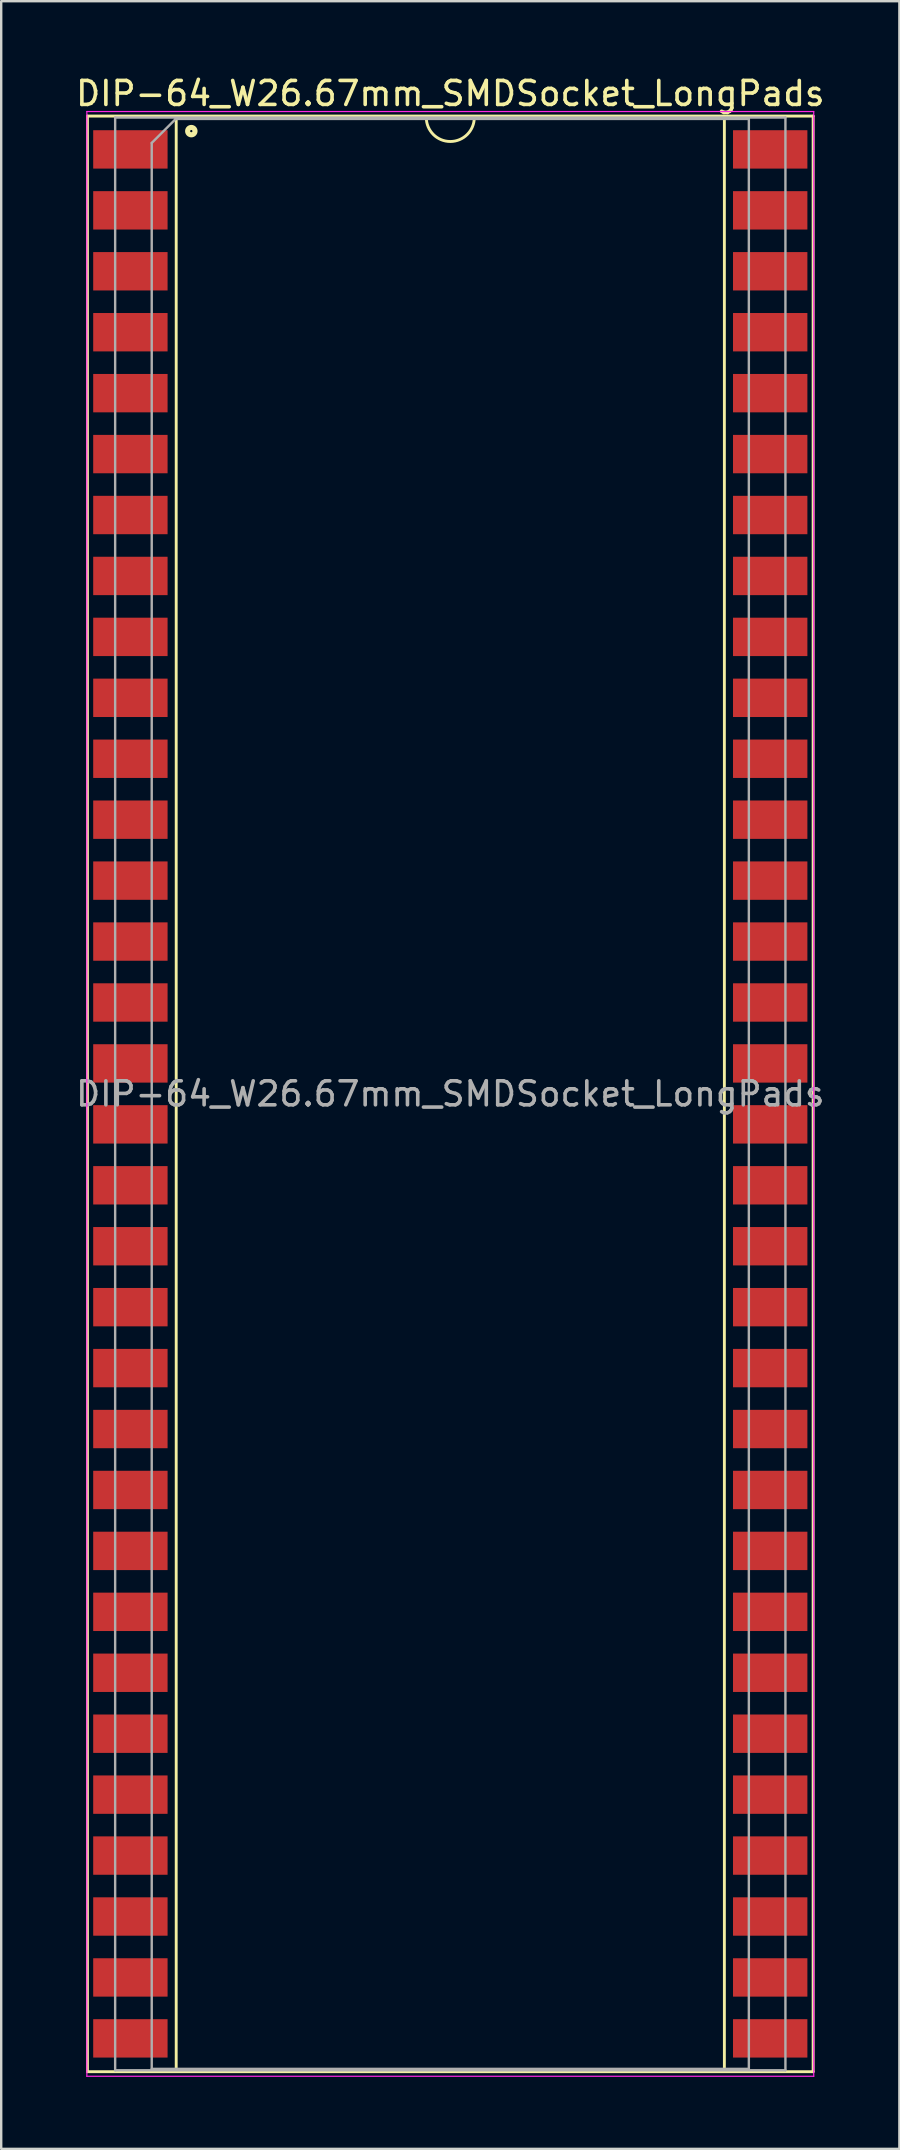
<source format=kicad_pcb>
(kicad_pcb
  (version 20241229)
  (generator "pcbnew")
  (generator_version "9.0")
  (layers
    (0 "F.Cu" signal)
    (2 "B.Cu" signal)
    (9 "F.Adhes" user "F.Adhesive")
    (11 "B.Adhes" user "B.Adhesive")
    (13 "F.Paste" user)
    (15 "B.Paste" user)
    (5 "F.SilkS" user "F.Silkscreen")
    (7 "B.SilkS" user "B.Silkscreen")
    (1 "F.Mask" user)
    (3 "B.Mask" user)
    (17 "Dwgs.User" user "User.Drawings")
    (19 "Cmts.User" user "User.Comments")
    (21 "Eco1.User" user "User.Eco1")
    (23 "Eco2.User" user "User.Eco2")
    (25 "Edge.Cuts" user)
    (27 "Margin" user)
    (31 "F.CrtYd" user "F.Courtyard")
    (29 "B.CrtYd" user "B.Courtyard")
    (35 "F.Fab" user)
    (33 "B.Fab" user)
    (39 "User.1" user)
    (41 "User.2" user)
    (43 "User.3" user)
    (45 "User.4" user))
  (footprint "DIP-64_W26.67mm_SMDSocket_LongPads"
    (layer "F.Cu")
    (at 15.72 42.548)
    (property "Reference" "DIP-64_W26.67mm_SMDSocket_LongPads" (at 0 -41.7 0) (layer "F.SilkS") (effects (font (size 1 1) (thickness 0.15))))
    (attr smd)
    (fp_line (start -15.125 -40.76) (end -15.125 40.76) (stroke (width 0.12) (type solid)) (layer "F.SilkS"))
    (fp_line (start -15.125 40.76) (end 15.125 40.76) (stroke (width 0.12) (type solid)) (layer "F.SilkS"))
    (fp_line (start -11.425 -40.7) (end -11.425 40.7) (stroke (width 0.12) (type solid)) (layer "F.SilkS"))
    (fp_line (start -11.425 40.7) (end 11.425 40.7) (stroke (width 0.12) (type solid)) (layer "F.SilkS"))
    (fp_line (start -1 -40.7) (end -11.425 -40.7) (stroke (width 0.12) (type solid)) (layer "F.SilkS"))
    (fp_line (start 11.425 -40.7) (end 1 -40.7) (stroke (width 0.12) (type solid)) (layer "F.SilkS"))
    (fp_line (start 11.425 40.7) (end 11.425 -40.7) (stroke (width 0.12) (type solid)) (layer "F.SilkS"))
    (fp_line (start 15.125 -40.76) (end -15.125 -40.76) (stroke (width 0.12) (type solid)) (layer "F.SilkS"))
    (fp_line (start 15.125 40.76) (end 15.125 -40.76) (stroke (width 0.12) (type solid)) (layer "F.SilkS"))
    (fp_arc (start 1 -40.7) (mid 0 -39.7) (end -1 -40.7) (stroke (width 0.12) (type solid)) (layer "F.SilkS"))
    (fp_circle (center -10.795 -40.132) (end -10.745 -40.132) (stroke (width 0.12) (type solid)) (fill no) (layer "F.SilkS"))
    (fp_circle (center -10.795 -40.132) (end -10.67 -40.132) (stroke (width 0.12) (type solid)) (fill no) (layer "F.SilkS"))
    (fp_circle (center -10.795 -40.132) (end -10.595 -40.132) (stroke (width 0.12) (type solid)) (fill no) (layer "F.SilkS"))
    (fp_line (start -15.15 -40.95) (end -15.15 40.95) (stroke (width 0.05) (type solid)) (layer "F.CrtYd"))
    (fp_line (start -15.15 40.95) (end 15.15 40.95) (stroke (width 0.05) (type solid)) (layer "F.CrtYd"))
    (fp_line (start 15.15 -40.95) (end -15.15 -40.95) (stroke (width 0.05) (type solid)) (layer "F.CrtYd"))
    (fp_line (start 15.15 40.95) (end 15.15 -40.95) (stroke (width 0.05) (type solid)) (layer "F.CrtYd"))
    (fp_line (start -13.97 -40.7) (end -13.97 40.7) (stroke (width 0.1) (type solid)) (layer "F.Fab"))
    (fp_line (start -13.97 40.7) (end 13.97 40.7) (stroke (width 0.1) (type solid)) (layer "F.Fab"))
    (fp_line (start -12.445 -39.64) (end -11.445 -40.64) (stroke (width 0.1) (type solid)) (layer "F.Fab"))
    (fp_line (start -12.445 40.64) (end -12.445 -39.64) (stroke (width 0.1) (type solid)) (layer "F.Fab"))
    (fp_line (start -11.445 -40.64) (end 12.445 -40.64) (stroke (width 0.1) (type solid)) (layer "F.Fab"))
    (fp_line (start 12.445 -40.64) (end 12.445 40.64) (stroke (width 0.1) (type solid)) (layer "F.Fab"))
    (fp_line (start 12.445 40.64) (end -12.445 40.64) (stroke (width 0.1) (type solid)) (layer "F.Fab"))
    (fp_line (start 13.97 -40.7) (end -13.97 -40.7) (stroke (width 0.1) (type solid)) (layer "F.Fab"))
    (fp_line (start 13.97 40.7) (end 13.97 -40.7) (stroke (width 0.1) (type solid)) (layer "F.Fab"))
    (fp_text user "${REFERENCE}" (at 0 0 0) (layer "F.Fab") (effects (font (size 1 1) (thickness 0.15))))
    (pad "1" smd rect (at -13.335 -39.37) (size 3.1 1.6) (layers "F.Cu" "F.Mask" "F.Paste"))
    (pad "2" smd rect (at -13.335 -36.83) (size 3.1 1.6) (layers "F.Cu" "F.Mask" "F.Paste"))
    (pad "3" smd rect (at -13.335 -34.29) (size 3.1 1.6) (layers "F.Cu" "F.Mask" "F.Paste"))
    (pad "4" smd rect (at -13.335 -31.75) (size 3.1 1.6) (layers "F.Cu" "F.Mask" "F.Paste"))
    (pad "5" smd rect (at -13.335 -29.21) (size 3.1 1.6) (layers "F.Cu" "F.Mask" "F.Paste"))
    (pad "6" smd rect (at -13.335 -26.67) (size 3.1 1.6) (layers "F.Cu" "F.Mask" "F.Paste"))
    (pad "7" smd rect (at -13.335 -24.13) (size 3.1 1.6) (layers "F.Cu" "F.Mask" "F.Paste"))
    (pad "8" smd rect (at -13.335 -21.59) (size 3.1 1.6) (layers "F.Cu" "F.Mask" "F.Paste"))
    (pad "9" smd rect (at -13.335 -19.05) (size 3.1 1.6) (layers "F.Cu" "F.Mask" "F.Paste"))
    (pad "10" smd rect (at -13.335 -16.51) (size 3.1 1.6) (layers "F.Cu" "F.Mask" "F.Paste"))
    (pad "11" smd rect (at -13.335 -13.97) (size 3.1 1.6) (layers "F.Cu" "F.Mask" "F.Paste"))
    (pad "12" smd rect (at -13.335 -11.43) (size 3.1 1.6) (layers "F.Cu" "F.Mask" "F.Paste"))
    (pad "13" smd rect (at -13.335 -8.89) (size 3.1 1.6) (layers "F.Cu" "F.Mask" "F.Paste"))
    (pad "14" smd rect (at -13.335 -6.35) (size 3.1 1.6) (layers "F.Cu" "F.Mask" "F.Paste"))
    (pad "15" smd rect (at -13.335 -3.81) (size 3.1 1.6) (layers "F.Cu" "F.Mask" "F.Paste"))
    (pad "16" smd rect (at -13.335 -1.27) (size 3.1 1.6) (layers "F.Cu" "F.Mask" "F.Paste"))
    (pad "17" smd rect (at -13.335 1.27) (size 3.1 1.6) (layers "F.Cu" "F.Mask" "F.Paste"))
    (pad "18" smd rect (at -13.335 3.81) (size 3.1 1.6) (layers "F.Cu" "F.Mask" "F.Paste"))
    (pad "19" smd rect (at -13.335 6.35) (size 3.1 1.6) (layers "F.Cu" "F.Mask" "F.Paste"))
    (pad "20" smd rect (at -13.335 8.89) (size 3.1 1.6) (layers "F.Cu" "F.Mask" "F.Paste"))
    (pad "21" smd rect (at -13.335 11.43) (size 3.1 1.6) (layers "F.Cu" "F.Mask" "F.Paste"))
    (pad "22" smd rect (at -13.335 13.97) (size 3.1 1.6) (layers "F.Cu" "F.Mask" "F.Paste"))
    (pad "23" smd rect (at -13.335 16.51) (size 3.1 1.6) (layers "F.Cu" "F.Mask" "F.Paste"))
    (pad "24" smd rect (at -13.335 19.05) (size 3.1 1.6) (layers "F.Cu" "F.Mask" "F.Paste"))
    (pad "25" smd rect (at -13.335 21.59) (size 3.1 1.6) (layers "F.Cu" "F.Mask" "F.Paste"))
    (pad "26" smd rect (at -13.335 24.13) (size 3.1 1.6) (layers "F.Cu" "F.Mask" "F.Paste"))
    (pad "27" smd rect (at -13.335 26.67) (size 3.1 1.6) (layers "F.Cu" "F.Mask" "F.Paste"))
    (pad "28" smd rect (at -13.335 29.21) (size 3.1 1.6) (layers "F.Cu" "F.Mask" "F.Paste"))
    (pad "29" smd rect (at -13.335 31.75) (size 3.1 1.6) (layers "F.Cu" "F.Mask" "F.Paste"))
    (pad "30" smd rect (at -13.335 34.29) (size 3.1 1.6) (layers "F.Cu" "F.Mask" "F.Paste"))
    (pad "31" smd rect (at -13.335 36.83) (size 3.1 1.6) (layers "F.Cu" "F.Mask" "F.Paste"))
    (pad "32" smd rect (at -13.335 39.37) (size 3.1 1.6) (layers "F.Cu" "F.Mask" "F.Paste"))
    (pad "33" smd rect (at 13.335 39.37) (size 3.1 1.6) (layers "F.Cu" "F.Mask" "F.Paste"))
    (pad "34" smd rect (at 13.335 36.83) (size 3.1 1.6) (layers "F.Cu" "F.Mask" "F.Paste"))
    (pad "35" smd rect (at 13.335 34.29) (size 3.1 1.6) (layers "F.Cu" "F.Mask" "F.Paste"))
    (pad "36" smd rect (at 13.335 31.75) (size 3.1 1.6) (layers "F.Cu" "F.Mask" "F.Paste"))
    (pad "37" smd rect (at 13.335 29.21) (size 3.1 1.6) (layers "F.Cu" "F.Mask" "F.Paste"))
    (pad "38" smd rect (at 13.335 26.67) (size 3.1 1.6) (layers "F.Cu" "F.Mask" "F.Paste"))
    (pad "39" smd rect (at 13.335 24.13) (size 3.1 1.6) (layers "F.Cu" "F.Mask" "F.Paste"))
    (pad "40" smd rect (at 13.335 21.59) (size 3.1 1.6) (layers "F.Cu" "F.Mask" "F.Paste"))
    (pad "41" smd rect (at 13.335 19.05) (size 3.1 1.6) (layers "F.Cu" "F.Mask" "F.Paste"))
    (pad "42" smd rect (at 13.335 16.51) (size 3.1 1.6) (layers "F.Cu" "F.Mask" "F.Paste"))
    (pad "43" smd rect (at 13.335 13.97) (size 3.1 1.6) (layers "F.Cu" "F.Mask" "F.Paste"))
    (pad "44" smd rect (at 13.335 11.43) (size 3.1 1.6) (layers "F.Cu" "F.Mask" "F.Paste"))
    (pad "45" smd rect (at 13.335 8.89) (size 3.1 1.6) (layers "F.Cu" "F.Mask" "F.Paste"))
    (pad "46" smd rect (at 13.335 6.35) (size 3.1 1.6) (layers "F.Cu" "F.Mask" "F.Paste"))
    (pad "47" smd rect (at 13.335 3.81) (size 3.1 1.6) (layers "F.Cu" "F.Mask" "F.Paste"))
    (pad "48" smd rect (at 13.335 1.27) (size 3.1 1.6) (layers "F.Cu" "F.Mask" "F.Paste"))
    (pad "49" smd rect (at 13.335 -1.27) (size 3.1 1.6) (layers "F.Cu" "F.Mask" "F.Paste"))
    (pad "50" smd rect (at 13.335 -3.81) (size 3.1 1.6) (layers "F.Cu" "F.Mask" "F.Paste"))
    (pad "51" smd rect (at 13.335 -6.35) (size 3.1 1.6) (layers "F.Cu" "F.Mask" "F.Paste"))
    (pad "52" smd rect (at 13.335 -8.89) (size 3.1 1.6) (layers "F.Cu" "F.Mask" "F.Paste"))
    (pad "53" smd rect (at 13.335 -11.43) (size 3.1 1.6) (layers "F.Cu" "F.Mask" "F.Paste"))
    (pad "54" smd rect (at 13.335 -13.97) (size 3.1 1.6) (layers "F.Cu" "F.Mask" "F.Paste"))
    (pad "55" smd rect (at 13.335 -16.51) (size 3.1 1.6) (layers "F.Cu" "F.Mask" "F.Paste"))
    (pad "56" smd rect (at 13.335 -19.05) (size 3.1 1.6) (layers "F.Cu" "F.Mask" "F.Paste"))
    (pad "57" smd rect (at 13.335 -21.59) (size 3.1 1.6) (layers "F.Cu" "F.Mask" "F.Paste"))
    (pad "58" smd rect (at 13.335 -24.13) (size 3.1 1.6) (layers "F.Cu" "F.Mask" "F.Paste"))
    (pad "59" smd rect (at 13.335 -26.67) (size 3.1 1.6) (layers "F.Cu" "F.Mask" "F.Paste"))
    (pad "60" smd rect (at 13.335 -29.21) (size 3.1 1.6) (layers "F.Cu" "F.Mask" "F.Paste"))
    (pad "61" smd rect (at 13.335 -31.75) (size 3.1 1.6) (layers "F.Cu" "F.Mask" "F.Paste"))
    (pad "62" smd rect (at 13.335 -34.29) (size 3.1 1.6) (layers "F.Cu" "F.Mask" "F.Paste"))
    (pad "63" smd rect (at 13.335 -36.83) (size 3.1 1.6) (layers "F.Cu" "F.Mask" "F.Paste"))
    (pad "64" smd rect (at 13.335 -39.37) (size 3.1 1.6) (layers "F.Cu" "F.Mask" "F.Paste")))
  (gr_rect
    (start -3 -3)
    (end 34.44 86.523)
    (stroke (width 0.1) (type default))
    (fill no)
    (layer "Edge.Cuts")))
</source>
